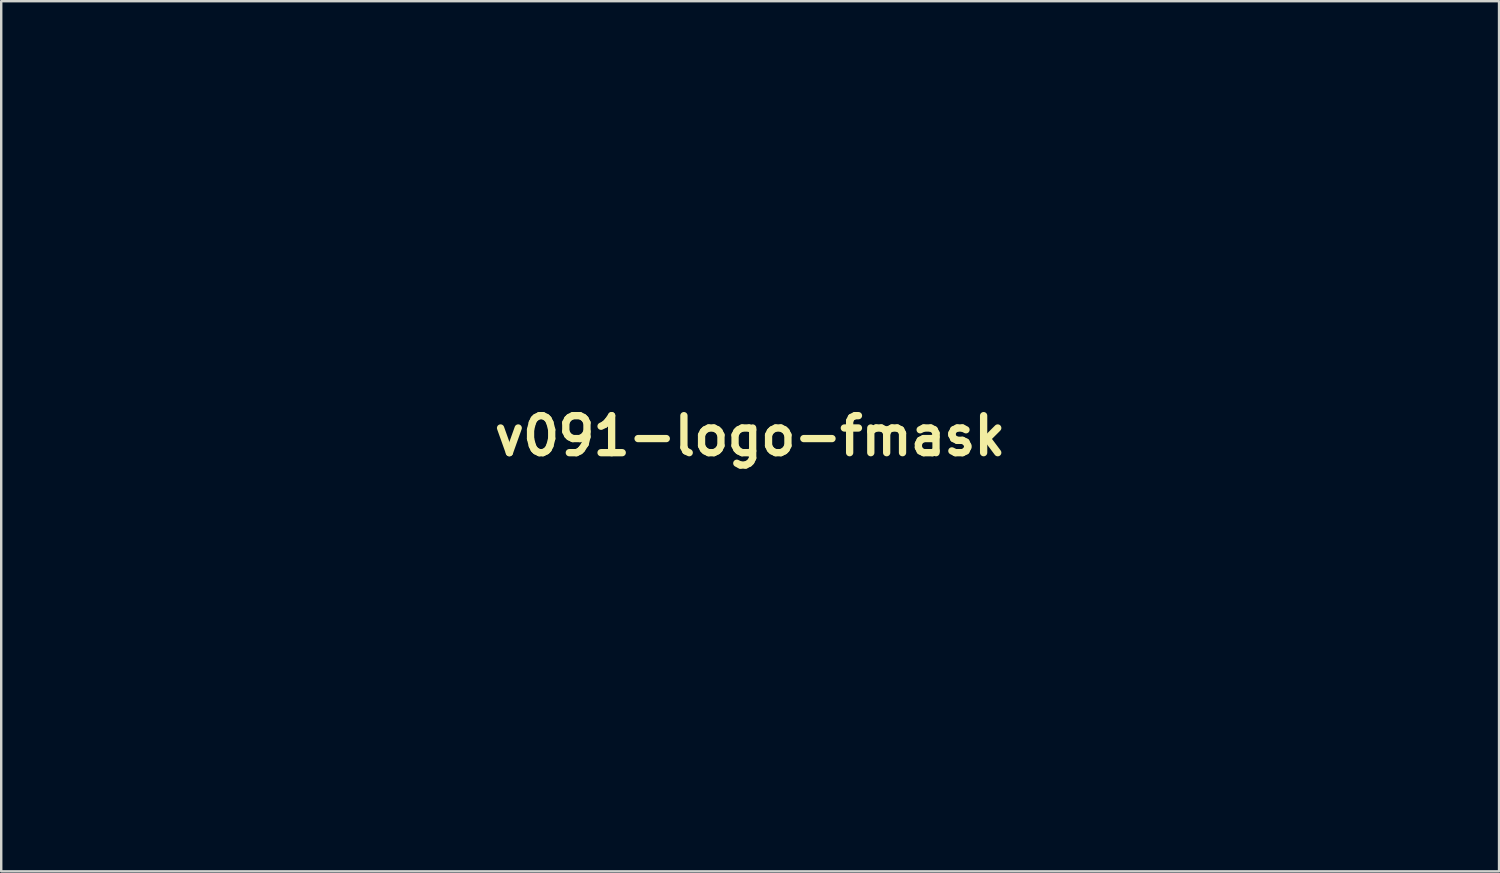
<source format=kicad_pcb>
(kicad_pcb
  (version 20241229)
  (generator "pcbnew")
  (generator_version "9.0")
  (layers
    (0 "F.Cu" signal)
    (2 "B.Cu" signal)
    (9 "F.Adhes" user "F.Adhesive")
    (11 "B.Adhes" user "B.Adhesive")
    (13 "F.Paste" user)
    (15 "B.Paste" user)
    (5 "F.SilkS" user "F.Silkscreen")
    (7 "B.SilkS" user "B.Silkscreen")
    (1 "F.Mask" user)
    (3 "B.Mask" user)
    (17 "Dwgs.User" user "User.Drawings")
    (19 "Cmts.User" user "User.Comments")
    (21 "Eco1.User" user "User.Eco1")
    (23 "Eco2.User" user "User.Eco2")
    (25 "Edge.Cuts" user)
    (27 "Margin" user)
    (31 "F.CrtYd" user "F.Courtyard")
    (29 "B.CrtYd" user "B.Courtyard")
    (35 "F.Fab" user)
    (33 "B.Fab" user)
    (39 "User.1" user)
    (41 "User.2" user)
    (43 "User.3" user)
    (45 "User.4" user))
  (footprint "v091-logo-fmask"
    (layer "F.Cu")
    (at 27.825 14.895)
    (property "Reference" "v091-logo-fmask" (at 0 0 0) (layer "F.SilkS") (effects (font (size 1.524 1.524) (thickness 0.3))))
    (attr through_hole)
    (fp_poly (pts (xy -19.204 -14.89) (xy -19.206 -14.863) (xy -19.221 -14.795) (xy -19.246 -14.695) (xy -19.278 -14.571) (xy -19.308 -14.463) (xy -19.465 -13.859) (xy -19.588 -13.289) (xy -19.676 -12.751) (xy -19.731 -12.241) (xy -19.753 -11.756) (xy -19.741 -11.292) (xy -19.695 -10.847) (xy -19.616 -10.417) (xy -19.504 -9.999) (xy -19.469 -9.89) (xy -19.393 -9.688) (xy -19.293 -9.453) (xy -19.171 -9.191) (xy -19.032 -8.912) (xy -18.88 -8.622) (xy -18.719 -8.329) (xy -18.553 -8.042) (xy -18.387 -7.768) (xy -18.224 -7.515) (xy -18.205 -7.488) (xy -18.098 -7.332) (xy -17.969 -7.15) (xy -17.828 -6.956) (xy -17.685 -6.763) (xy -17.55 -6.584) (xy -17.433 -6.434) (xy -17.432 -6.433) (xy -17.151 -6.081) (xy -16.885 -5.754) (xy -16.64 -5.457) (xy -16.419 -5.193) (xy -16.361 -5.125) (xy -16.24 -4.983) (xy -16.108 -4.828) (xy -15.978 -4.674) (xy -15.863 -4.536) (xy -15.812 -4.475) (xy -15.517 -4.133) (xy -15.237 -3.838) (xy -14.97 -3.588) (xy -14.714 -3.381) (xy -14.468 -3.215) (xy -14.229 -3.09) (xy -14.027 -3.012) (xy -13.851 -2.971) (xy -13.654 -2.95) (xy -13.457 -2.95) (xy -13.277 -2.97) (xy -13.196 -2.99) (xy -12.971 -3.082) (xy -12.761 -3.218) (xy -12.573 -3.391) (xy -12.414 -3.594) (xy -12.331 -3.738) (xy -12.252 -3.902) (xy -12.186 -4.059) (xy -12.131 -4.216) (xy -12.083 -4.385) (xy -12.04 -4.574) (xy -12 -4.793) (xy -11.959 -5.051) (xy -11.95 -5.111) (xy -11.92 -5.328) (xy -11.897 -5.511) (xy -11.881 -5.672) (xy -11.87 -5.827) (xy -11.864 -5.989) (xy -11.861 -6.175) (xy -11.861 -6.318) (xy -11.863 -6.579) (xy -11.871 -6.799) (xy -11.886 -6.988) (xy -11.909 -7.157) (xy -11.943 -7.316) (xy -11.988 -7.474) (xy -12.046 -7.643) (xy -12.069 -7.704) (xy -12.142 -7.888) (xy -12.217 -8.055) (xy -12.297 -8.213) (xy -12.389 -8.37) (xy -12.496 -8.535) (xy -12.624 -8.714) (xy -12.779 -8.918) (xy -12.903 -9.077) (xy -13.089 -9.312) (xy -13.244 -9.512) (xy -13.372 -9.679) (xy -13.475 -9.817) (xy -13.556 -9.929) (xy -13.616 -10.018) (xy -13.659 -10.088) (xy -13.662 -10.094) (xy -13.735 -10.225) (xy -13.658 -10.185) (xy -13.542 -10.113) (xy -13.4 -10.004) (xy -13.236 -9.861) (xy -13.054 -9.69) (xy -12.859 -9.493) (xy -12.655 -9.275) (xy -12.563 -9.173) (xy -12.4 -8.995) (xy -12.262 -8.856) (xy -12.141 -8.751) (xy -12.034 -8.678) (xy -11.935 -8.633) (xy -11.838 -8.613) (xy -11.738 -8.614) (xy -11.68 -8.622) (xy -11.62 -8.635) (xy -11.567 -8.653) (xy -11.514 -8.68) (xy -11.456 -8.721) (xy -11.386 -8.781) (xy -11.297 -8.864) (xy -11.184 -8.977) (xy -11.085 -9.076) (xy -10.999 -9.163) (xy -10.908 -9.251) (xy -10.81 -9.343) (xy -10.701 -9.443) (xy -10.577 -9.555) (xy -10.433 -9.682) (xy -10.266 -9.827) (xy -10.072 -9.994) (xy -9.846 -10.187) (xy -9.588 -10.406) (xy -9.533 -10.45) (xy -9.5 -10.463) (xy -9.472 -10.449) (xy -9.462 -10.439) (xy -9.447 -10.425) (xy -9.437 -10.412) (xy -9.436 -10.396) (xy -9.446 -10.371) (xy -9.472 -10.333) (xy -9.516 -10.276) (xy -9.582 -10.195) (xy -9.674 -10.086) (xy -9.794 -9.943) (xy -9.81 -9.924) (xy -10.117 -9.542) (xy -10.38 -9.177) (xy -10.6 -8.825) (xy -10.78 -8.481) (xy -10.922 -8.142) (xy -11.028 -7.802) (xy -11.099 -7.459) (xy -11.137 -7.122) (xy -11.147 -6.942) (xy -11.149 -6.804) (xy -11.141 -6.7) (xy -11.122 -6.621) (xy -11.091 -6.56) (xy -11.046 -6.509) (xy -11.041 -6.504) (xy -10.956 -6.434) (xy -10.874 -6.392) (xy -10.788 -6.378) (xy -10.689 -6.393) (xy -10.569 -6.437) (xy -10.422 -6.512) (xy -10.336 -6.559) (xy -10.21 -6.63) (xy -10.086 -6.698) (xy -9.977 -6.755) (xy -9.897 -6.794) (xy -9.889 -6.798) (xy -9.814 -6.831) (xy -9.706 -6.879) (xy -9.578 -6.937) (xy -9.443 -6.997) (xy -9.407 -7.013) (xy -9.239 -7.087) (xy -9.077 -7.157) (xy -8.927 -7.219) (xy -8.795 -7.27) (xy -8.689 -7.31) (xy -8.614 -7.334) (xy -8.579 -7.34) (xy -8.577 -7.34) (xy -8.592 -7.319) (xy -8.644 -7.266) (xy -8.732 -7.181) (xy -8.854 -7.065) (xy -9.011 -6.919) (xy -9.2 -6.745) (xy -9.421 -6.542) (xy -9.672 -6.313) (xy -9.683 -6.304) (xy -9.837 -6.162) (xy -9.956 -6.048) (xy -10.046 -5.956) (xy -10.111 -5.881) (xy -10.155 -5.817) (xy -10.183 -5.76) (xy -10.196 -5.721) (xy -10.207 -5.59) (xy -10.172 -5.467) (xy -10.098 -5.361) (xy -9.989 -5.282) (xy -9.922 -5.255) (xy -9.866 -5.238) (xy -9.769 -5.208) (xy -9.639 -5.169) (xy -9.483 -5.121) (xy -9.309 -5.068) (xy -9.124 -5.012) (xy -9.112 -5.009) (xy -8.896 -4.943) (xy -8.723 -4.89) (xy -8.59 -4.848) (xy -8.493 -4.815) (xy -8.426 -4.791) (xy -8.385 -4.773) (xy -8.365 -4.759) (xy -8.363 -4.749) (xy -8.366 -4.745) (xy -8.393 -4.741) (xy -8.465 -4.734) (xy -8.572 -4.727) (xy -8.708 -4.718) (xy -8.865 -4.709) (xy -8.95 -4.705) (xy -9.135 -4.695) (xy -9.321 -4.682) (xy -9.497 -4.668) (xy -9.648 -4.654) (xy -9.764 -4.641) (xy -9.784 -4.638) (xy -10.142 -4.569) (xy -10.459 -4.472) (xy -10.736 -4.347) (xy -10.974 -4.192) (xy -11.177 -4.006) (xy -11.344 -3.789) (xy -11.451 -3.598) (xy -11.52 -3.446) (xy -11.564 -3.318) (xy -11.587 -3.198) (xy -11.594 -3.069) (xy -11.594 -3.063) (xy -11.582 -2.891) (xy -11.541 -2.727) (xy -11.468 -2.558) (xy -11.401 -2.437) (xy -11.245 -2.213) (xy -11.045 -1.986) (xy -10.806 -1.76) (xy -10.535 -1.538) (xy -10.237 -1.325) (xy -9.92 -1.125) (xy -9.587 -0.943) (xy -9.246 -0.781) (xy -8.903 -0.645) (xy -8.734 -0.589) (xy -8.13 -0.416) (xy -7.481 -0.26) (xy -6.788 -0.122) (xy -6.053 -0.003) (xy -5.278 0.097) (xy -4.716 0.156) (xy -4.622 0.162) (xy -4.476 0.168) (xy -4.28 0.173) (xy -4.033 0.178) (xy -3.736 0.182) (xy -3.388 0.186) (xy -2.99 0.189) (xy -2.542 0.192) (xy -2.043 0.194) (xy -1.494 0.196) (xy -0.895 0.197) (xy -0.245 0.198) (xy 0.454 0.198) (xy 1.203 0.198) (xy 2.002 0.197) (xy 2.851 0.195) (xy 3.749 0.193) (xy 4.697 0.191) (xy 5.694 0.188) (xy 6.741 0.185) (xy 7.838 0.181) (xy 8.085 0.18) (xy 9.213 0.175) (xy 10.291 0.171) (xy 11.32 0.166) (xy 12.302 0.162) (xy 13.238 0.157) (xy 14.129 0.152) (xy 14.976 0.147) (xy 15.781 0.142) (xy 16.545 0.137) (xy 17.268 0.131) (xy 17.953 0.125) (xy 18.6 0.12) (xy 19.21 0.114) (xy 19.785 0.108) (xy 20.326 0.101) (xy 20.834 0.094) (xy 21.31 0.088) (xy 21.756 0.081) (xy 22.172 0.073) (xy 22.56 0.065) (xy 22.921 0.058) (xy 23.257 0.049) (xy 23.567 0.041) (xy 23.855 0.032) (xy 24.078 0.024) (xy 24.372 0.013) (xy 24.62 0.001) (xy 24.827 -0.012) (xy 25 -0.028) (xy 25.142 -0.047) (xy 25.259 -0.071) (xy 25.357 -0.101) (xy 25.44 -0.137) (xy 25.514 -0.182) (xy 25.585 -0.235) (xy 25.652 -0.294) (xy 25.807 -0.471) (xy 25.931 -0.688) (xy 26.024 -0.945) (xy 26.041 -1.008) (xy 26.061 -1.094) (xy 26.076 -1.175) (xy 26.086 -1.262) (xy 26.092 -1.365) (xy 26.095 -1.494) (xy 26.096 -1.659) (xy 26.096 -1.742) (xy 26.095 -1.91) (xy 26.09 -2.072) (xy 26.084 -2.216) (xy 26.076 -2.333) (xy 26.067 -2.41) (xy 26.067 -2.41) (xy 26.05 -2.522) (xy 26.051 -2.592) (xy 26.073 -2.629) (xy 26.116 -2.641) (xy 26.147 -2.639) (xy 26.183 -2.633) (xy 26.211 -2.617) (xy 26.236 -2.585) (xy 26.259 -2.53) (xy 26.283 -2.445) (xy 26.31 -2.326) (xy 26.344 -2.163) (xy 26.35 -2.133) (xy 26.415 -1.764) (xy 26.452 -1.436) (xy 26.461 -1.148) (xy 26.442 -0.902) (xy 26.395 -0.698) (xy 26.393 -0.691) (xy 26.359 -0.608) (xy 26.308 -0.497) (xy 26.247 -0.375) (xy 26.202 -0.292) (xy 26.143 -0.182) (xy 26.094 -0.079) (xy 26.059 0.003) (xy 26.045 0.046) (xy 26.038 0.157) (xy 26.055 0.261) (xy 26.092 0.34) (xy 26.112 0.361) (xy 26.194 0.403) (xy 26.315 0.434) (xy 26.466 0.451) (xy 26.636 0.452) (xy 26.684 0.45) (xy 26.846 0.434) (xy 26.996 0.409) (xy 27.15 0.368) (xy 27.324 0.309) (xy 27.442 0.264) (xy 27.551 0.224) (xy 27.651 0.192) (xy 27.727 0.172) (xy 27.752 0.169) (xy 27.806 0.173) (xy 27.826 0.199) (xy 27.828 0.226) (xy 27.821 0.258) (xy 27.794 0.292) (xy 27.741 0.334) (xy 27.654 0.39) (xy 27.58 0.435) (xy 27.37 0.566) (xy 27.189 0.693) (xy 27.041 0.812) (xy 26.929 0.921) (xy 26.854 1.018) (xy 26.821 1.098) (xy 26.828 1.154) (xy 26.865 1.212) (xy 26.913 1.271) (xy 26.979 1.354) (xy 27.058 1.467) (xy 27.141 1.597) (xy 27.219 1.727) (xy 27.281 1.845) (xy 27.286 1.856) (xy 27.412 2.164) (xy 27.508 2.49) (xy 27.549 2.692) (xy 27.572 2.837) (xy 27.582 2.939) (xy 27.58 3.005) (xy 27.564 3.044) (xy 27.533 3.061) (xy 27.499 3.064) (xy 27.466 3.061) (xy 27.44 3.049) (xy 27.417 3.018) (xy 27.391 2.96) (xy 27.357 2.866) (xy 27.333 2.797) (xy 27.2 2.453) (xy 27.054 2.153) (xy 26.891 1.887) (xy 26.885 1.88) (xy 26.735 1.682) (xy 26.583 1.519) (xy 26.415 1.378) (xy 26.277 1.284) (xy 26.058 1.148) (xy 25.862 1.041) (xy 25.675 0.956) (xy 25.483 0.888) (xy 25.271 0.829) (xy 25.082 0.787) (xy 25.055 0.782) (xy 25.028 0.776) (xy 24.999 0.772) (xy 24.966 0.767) (xy 24.927 0.763) (xy 24.881 0.76) (xy 24.824 0.756) (xy 24.757 0.753) (xy 24.675 0.751) (xy 24.579 0.748) (xy 24.465 0.746) (xy 24.332 0.744) (xy 24.178 0.742) (xy 24 0.741) (xy 23.798 0.74) (xy 23.569 0.739) (xy 23.311 0.738) (xy 23.022 0.737) (xy 22.701 0.737) (xy 22.345 0.736) (xy 21.953 0.736) (xy 21.522 0.736) (xy 21.051 0.736) (xy 20.538 0.736) (xy 19.981 0.736) (xy 19.377 0.736) (xy 18.726 0.736) (xy 18.37 0.736) (xy 17.804 0.736) (xy 17.191 0.736) (xy 16.536 0.736) (xy 15.842 0.736) (xy 15.115 0.735) (xy 14.357 0.734) (xy 13.574 0.734) (xy 12.769 0.733) (xy 11.947 0.732) (xy 11.111 0.73) (xy 10.267 0.729) (xy 9.417 0.728) (xy 8.567 0.726) (xy 7.721 0.724) (xy 6.882 0.723) (xy 6.055 0.721) (xy 5.244 0.719) (xy 4.454 0.717) (xy 3.687 0.715) (xy 3.178 0.714) (xy 2.496 0.712) (xy 1.819 0.71) (xy 1.149 0.709) (xy 0.487 0.707) (xy -0.163 0.706) (xy -0.799 0.705) (xy -1.419 0.704) (xy -2.022 0.703) (xy -2.603 0.703) (xy -3.162 0.702) (xy -3.695 0.702) (xy -4.201 0.702) (xy -4.677 0.702) (xy -5.12 0.702) (xy -5.53 0.703) (xy -5.902 0.703) (xy -6.236 0.704) (xy -6.528 0.705) (xy -6.776 0.706) (xy -6.979 0.707) (xy -7.133 0.709) (xy -7.145 0.709) (xy -7.468 0.713) (xy -7.745 0.716) (xy -7.979 0.72) (xy -8.175 0.723) (xy -8.337 0.726) (xy -8.468 0.73) (xy -8.573 0.735) (xy -8.656 0.739) (xy -8.721 0.745) (xy -8.773 0.752) (xy -8.815 0.76) (xy -8.851 0.77) (xy -8.886 0.781) (xy -8.907 0.788) (xy -9.122 0.886) (xy -9.312 1.022) (xy -9.469 1.188) (xy -9.587 1.379) (xy -9.613 1.441) (xy -9.649 1.57) (xy -9.669 1.733) (xy -9.675 1.913) (xy -9.665 2.094) (xy -9.64 2.26) (xy -9.627 2.314) (xy -9.571 2.492) (xy -9.5 2.677) (xy -9.41 2.873) (xy -9.3 3.084) (xy -9.166 3.315) (xy -9.007 3.568) (xy -8.821 3.849) (xy -8.604 4.161) (xy -8.449 4.38) (xy -8.344 4.532) (xy -8.232 4.705) (xy -8.123 4.88) (xy -8.031 5.039) (xy -8.01 5.077) (xy -7.842 5.376) (xy -7.682 5.63) (xy -7.527 5.843) (xy -7.373 6.02) (xy -7.214 6.165) (xy -7.048 6.281) (xy -6.87 6.374) (xy -6.676 6.447) (xy -6.674 6.448) (xy -6.54 6.487) (xy -6.405 6.518) (xy -6.262 6.543) (xy -6.104 6.561) (xy -5.923 6.573) (xy -5.711 6.581) (xy -5.46 6.584) (xy -5.29 6.585) (xy -5.075 6.586) (xy -4.897 6.588) (xy -4.761 6.592) (xy -4.668 6.598) (xy -4.621 6.604) (xy -4.616 6.609) (xy -4.649 6.624) (xy -4.723 6.648) (xy -4.83 6.678) (xy -4.96 6.712) (xy -5.105 6.749) (xy -5.257 6.786) (xy -5.407 6.821) (xy -5.546 6.852) (xy -5.665 6.876) (xy -5.683 6.879) (xy -5.792 6.895) (xy -5.936 6.91) (xy -6.099 6.923) (xy -6.263 6.932) (xy -6.318 6.934) (xy -6.519 6.938) (xy -6.707 6.933) (xy -6.889 6.919) (xy -7.075 6.894) (xy -7.273 6.858) (xy -7.491 6.808) (xy -7.74 6.742) (xy -8.026 6.661) (xy -8.06 6.651) (xy -8.225 6.605) (xy -8.353 6.579) (xy -8.452 6.573) (xy -8.531 6.587) (xy -8.6 6.621) (xy -8.656 6.664) (xy -8.71 6.714) (xy -8.749 6.763) (xy -8.776 6.817) (xy -8.788 6.884) (xy -8.787 6.968) (xy -8.773 7.078) (xy -8.746 7.22) (xy -8.706 7.4) (xy -8.674 7.539) (xy -8.521 8.276) (xy -8.413 9.008) (xy -8.349 9.733) (xy -8.33 10.446) (xy -8.355 11.146) (xy -8.425 11.827) (xy -8.54 12.488) (xy -8.545 12.509) (xy -8.584 12.684) (xy -8.631 12.874) (xy -8.682 13.071) (xy -8.736 13.271) (xy -8.791 13.466) (xy -8.846 13.651) (xy -8.898 13.819) (xy -8.947 13.966) (xy -8.989 14.083) (xy -9.023 14.166) (xy -9.047 14.209) (xy -9.054 14.213) (xy -9.068 14.192) (xy -9.065 14.156) (xy -9.035 13.998) (xy -9.003 13.8) (xy -8.97 13.572) (xy -8.939 13.323) (xy -8.909 13.064) (xy -8.883 12.805) (xy -8.861 12.556) (xy -8.846 12.342) (xy -8.833 11.755) (xy -8.866 11.167) (xy -8.946 10.571) (xy -9 10.285) (xy -9.032 10.137) (xy -9.071 9.972) (xy -9.114 9.796) (xy -9.159 9.618) (xy -9.204 9.447) (xy -9.247 9.289) (xy -9.286 9.154) (xy -9.319 9.049) (xy -9.343 8.982) (xy -9.351 8.967) (xy -9.439 8.862) (xy -9.555 8.798) (xy -9.653 8.779) (xy -9.736 8.777) (xy -9.81 8.792) (xy -9.897 8.831) (xy -9.92 8.843) (xy -10.01 8.887) (xy -10.096 8.922) (xy -10.144 8.937) (xy -10.206 8.963) (xy -10.284 9.014) (xy -10.351 9.067) (xy -10.448 9.143) (xy -10.56 9.217) (xy -10.627 9.255) (xy -10.693 9.29) (xy -10.797 9.35) (xy -10.937 9.431) (xy -11.108 9.532) (xy -11.305 9.651) (xy -11.526 9.784) (xy -11.766 9.929) (xy -11.985 10.062) (xy -12.005 10.07) (xy -11.999 10.054) (xy -11.965 10.012) (xy -11.902 9.942) (xy -11.808 9.842) (xy -11.681 9.711) (xy -11.52 9.547) (xy -11.454 9.479) (xy -11.311 9.334) (xy -11.173 9.192) (xy -11.046 9.06) (xy -10.936 8.945) (xy -10.849 8.852) (xy -10.791 8.787) (xy -10.784 8.78) (xy -10.595 8.546) (xy -10.418 8.296) (xy -10.258 8.041) (xy -10.12 7.789) (xy -10.008 7.549) (xy -9.929 7.33) (xy -9.913 7.272) (xy -9.863 6.977) (xy -9.86 6.677) (xy -9.903 6.381) (xy -9.991 6.098) (xy -10.027 6.018) (xy -10.173 5.757) (xy -10.354 5.534) (xy -10.571 5.347) (xy -10.826 5.193) (xy -10.84 5.186) (xy -11.06 5.093) (xy -11.275 5.037) (xy -11.504 5.014) (xy -11.692 5.016) (xy -11.838 5.027) (xy -11.978 5.048) (xy -12.116 5.082) (xy -12.259 5.131) (xy -12.412 5.198) (xy -12.58 5.284) (xy -12.769 5.393) (xy -12.985 5.527) (xy -13.233 5.689) (xy -13.345 5.764) (xy -13.793 6.07) (xy -14.195 6.357) (xy -14.552 6.625) (xy -14.864 6.876) (xy -15.132 7.108) (xy -15.357 7.324) (xy -15.481 7.456) (xy -15.687 7.694) (xy -15.856 7.907) (xy -15.992 8.102) (xy -16.1 8.283) (xy -16.182 8.457) (xy -16.243 8.631) (xy -16.263 8.708) (xy -16.3 8.932) (xy -16.31 9.18) (xy -16.293 9.434) (xy -16.251 9.675) (xy -16.238 9.725) (xy -16.152 9.984) (xy -16.027 10.27) (xy -15.866 10.58) (xy -15.67 10.911) (xy -15.447 11.251) (xy -15.365 11.371) (xy -15.309 11.455) (xy -15.276 11.507) (xy -15.264 11.532) (xy -15.27 11.537) (xy -15.292 11.525) (xy -15.32 11.507) (xy -15.468 11.401) (xy -15.633 11.264) (xy -15.801 11.108) (xy -15.961 10.946) (xy -16.1 10.787) (xy -16.125 10.755) (xy -16.168 10.698) (xy -16.232 10.607) (xy -16.312 10.491) (xy -16.402 10.36) (xy -16.494 10.222) (xy -16.495 10.221) (xy -16.605 10.058) (xy -16.692 9.932) (xy -16.761 9.839) (xy -16.818 9.772) (xy -16.867 9.726) (xy -16.912 9.695) (xy -16.959 9.675) (xy -16.989 9.666) (xy -17.129 9.653) (xy -17.261 9.688) (xy -17.38 9.772) (xy -17.449 9.85) (xy -17.508 9.929) (xy -17.582 10.025) (xy -17.647 10.11) (xy -17.807 10.337) (xy -17.97 10.607) (xy -18.13 10.912) (xy -18.285 11.242) (xy -18.432 11.591) (xy -18.566 11.95) (xy -18.684 12.31) (xy -18.783 12.665) (xy -18.803 12.744) (xy -18.846 12.944) (xy -18.891 13.182) (xy -18.936 13.446) (xy -18.979 13.726) (xy -19.019 14.009) (xy -19.053 14.283) (xy -19.08 14.537) (xy -19.098 14.757) (xy -19.101 14.797) (xy -19.112 14.876) (xy -19.135 14.914) (xy -19.149 14.92) (xy -19.167 14.917) (xy -19.18 14.896) (xy -19.19 14.85) (xy -19.199 14.771) (xy -19.208 14.651) (xy -19.211 14.602) (xy -19.216 14.477) (xy -19.221 14.314) (xy -19.225 14.127) (xy -19.228 13.929) (xy -19.229 13.732) (xy -19.229 13.679) (xy -19.213 13.095) (xy -19.166 12.545) (xy -19.086 12.02) (xy -18.971 11.512) (xy -18.82 11.012) (xy -18.629 10.511) (xy -18.397 10.002) (xy -18.264 9.738) (xy -18.129 9.484) (xy -17.981 9.215) (xy -17.826 8.937) (xy -17.668 8.659) (xy -17.511 8.39) (xy -17.361 8.136) (xy -17.221 7.907) (xy -17.097 7.71) (xy -17.031 7.61) (xy -16.975 7.525) (xy -16.933 7.457) (xy -16.91 7.415) (xy -16.908 7.409) (xy -16.894 7.379) (xy -16.859 7.326) (xy -16.849 7.312) (xy -16.784 7.217) (xy -16.703 7.087) (xy -16.613 6.932) (xy -16.519 6.764) (xy -16.428 6.592) (xy -16.388 6.514) (xy -16.245 6.198) (xy -16.142 5.906) (xy -16.079 5.635) (xy -16.056 5.38) (xy -16.073 5.135) (xy -16.127 4.897) (xy -16.143 4.849) (xy -16.258 4.584) (xy -16.406 4.355) (xy -16.586 4.163) (xy -16.792 4.011) (xy -17.024 3.901) (xy -17.278 3.835) (xy -17.531 3.815) (xy -17.679 3.822) (xy -17.841 3.847) (xy -18.023 3.889) (xy -18.23 3.951) (xy -18.47 4.035) (xy -18.747 4.142) (xy -18.75 4.144) (xy -19.124 4.31) (xy -19.512 4.514) (xy -19.907 4.75) (xy -20.299 5.013) (xy -20.678 5.296) (xy -21.035 5.594) (xy -21.141 5.689) (xy -21.464 5.993) (xy -21.757 6.286) (xy -22.016 6.563) (xy -22.24 6.824) (xy -22.426 7.065) (xy -22.572 7.284) (xy -22.613 7.355) (xy -22.76 7.668) (xy -22.857 7.988) (xy -22.904 8.313) (xy -22.9 8.644) (xy -22.847 8.978) (xy -22.744 9.316) (xy -22.591 9.657) (xy -22.389 10) (xy -22.187 10.281) (xy -22.102 10.388) (xy -22.013 10.499) (xy -21.933 10.595) (xy -21.91 10.622) (xy -21.853 10.692) (xy -21.814 10.745) (xy -21.799 10.772) (xy -21.8 10.773) (xy -21.831 10.773) (xy -21.898 10.755) (xy -21.991 10.724) (xy -22.099 10.683) (xy -22.213 10.637) (xy -22.322 10.589) (xy -22.416 10.543) (xy -22.451 10.524) (xy -22.609 10.418) (xy -22.758 10.291) (xy -22.886 10.156) (xy -22.981 10.022) (xy -22.997 9.993) (xy -23.027 9.928) (xy -23.071 9.826) (xy -23.123 9.697) (xy -23.181 9.553) (xy -23.228 9.432) (xy -23.313 9.217) (xy -23.388 9.042) (xy -23.458 8.899) (xy -23.527 8.78) (xy -23.599 8.676) (xy -23.68 8.579) (xy -23.696 8.561) (xy -23.868 8.4) (xy -24.063 8.268) (xy -24.287 8.163) (xy -24.543 8.084) (xy -24.837 8.029) (xy -25.171 7.997) (xy -25.39 7.981) (xy -25.568 7.963) (xy -25.714 7.942) (xy -25.84 7.914) (xy -25.954 7.879) (xy -26.061 7.837) (xy -26.361 7.691) (xy -26.637 7.515) (xy -26.905 7.3) (xy -26.96 7.251) (xy -27.032 7.183) (xy -27.07 7.143) (xy -27.078 7.125) (xy -27.058 7.123) (xy -27.037 7.126) (xy -26.773 7.173) (xy -26.552 7.212) (xy -26.366 7.243) (xy -26.207 7.266) (xy -26.067 7.284) (xy -25.94 7.297) (xy -25.818 7.307) (xy -25.692 7.313) (xy -25.642 7.315) (xy -25.243 7.315) (xy -24.878 7.287) (xy -24.54 7.227) (xy -24.219 7.134) (xy -23.906 7.006) (xy -23.632 6.863) (xy -23.522 6.796) (xy -23.403 6.715) (xy -23.273 6.619) (xy -23.131 6.506) (xy -22.973 6.374) (xy -22.799 6.222) (xy -22.607 6.047) (xy -22.394 5.847) (xy -22.158 5.622) (xy -21.898 5.369) (xy -21.612 5.086) (xy -21.298 4.772) (xy -20.954 4.425) (xy -20.578 4.042) (xy -20.441 3.903) (xy -20.263 3.721) (xy -20.118 3.571) (xy -19.999 3.446) (xy -19.905 3.343) (xy -19.83 3.257) (xy -19.77 3.181) (xy -19.722 3.113) (xy -19.68 3.045) (xy -19.642 2.975) (xy -19.603 2.895) (xy -19.598 2.885) (xy -19.548 2.777) (xy -19.516 2.697) (xy -19.498 2.626) (xy -19.491 2.546) (xy -19.489 2.44) (xy -19.489 2.415) (xy -19.498 2.233) (xy -19.507 2.184) (xy -16.396 2.184) (xy -16.28 2.459) (xy -16.235 2.567) (xy -16.196 2.656) (xy -16.169 2.718) (xy -16.158 2.741) (xy -16.131 2.739) (xy -16.066 2.727) (xy -15.972 2.707) (xy -15.874 2.685) (xy -15.759 2.658) (xy -15.659 2.636) (xy -15.587 2.62) (xy -15.558 2.613) (xy -15.526 2.628) (xy -15.466 2.673) (xy -15.386 2.741) (xy -15.292 2.825) (xy -15.192 2.92) (xy -15.093 3.016) (xy -15.002 3.109) (xy -14.927 3.191) (xy -14.873 3.254) (xy -14.849 3.293) (xy -14.848 3.297) (xy -14.854 3.34) (xy -14.869 3.419) (xy -14.891 3.525) (xy -14.915 3.631) (xy -14.94 3.745) (xy -14.959 3.839) (xy -14.969 3.904) (xy -14.97 3.929) (xy -14.944 3.943) (xy -14.88 3.972) (xy -14.789 4.012) (xy -14.694 4.053) (xy -14.594 4.096) (xy -14.52 4.126) (xy -14.465 4.139) (xy -14.421 4.13) (xy -14.379 4.095) (xy -14.331 4.03) (xy -14.269 3.932) (xy -14.193 3.808) (xy -14.022 3.535) (xy -13.575 3.534) (xy -13.127 3.534) (xy -12.734 4.169) (xy -12.653 4.135) (xy -12.592 4.108) (xy -12.5 4.07) (xy -12.398 4.026) (xy -12.376 4.017) (xy -12.286 3.977) (xy -12.218 3.941) (xy -12.182 3.916) (xy -12.179 3.91) (xy -12.184 3.878) (xy -12.199 3.806) (xy -12.22 3.707) (xy -12.242 3.605) (xy -12.268 3.489) (xy -12.289 3.388) (xy -12.302 3.314) (xy -12.306 3.283) (xy -12.288 3.253) (xy -12.239 3.194) (xy -12.164 3.114) (xy -12.07 3.019) (xy -11.969 2.922) (xy -11.632 2.602) (xy -11.315 2.672) (xy -11.196 2.698) (xy -11.096 2.719) (xy -11.027 2.733) (xy -10.996 2.738) (xy -10.995 2.738) (xy -10.976 2.697) (xy -10.945 2.624) (xy -10.907 2.532) (xy -10.868 2.432) (xy -10.831 2.337) (xy -10.801 2.258) (xy -10.783 2.207) (xy -10.78 2.195) (xy -10.801 2.172) (xy -10.857 2.128) (xy -10.942 2.07) (xy -11.047 2.003) (xy -11.085 1.979) (xy -11.389 1.792) (xy -11.39 0.903) (xy -11.085 0.714) (xy -10.961 0.637) (xy -10.876 0.58) (xy -10.824 0.538) (xy -10.798 0.507) (xy -10.793 0.483) (xy -10.795 0.478) (xy -10.811 0.435) (xy -10.842 0.357) (xy -10.882 0.259) (xy -10.908 0.196) (xy -10.946 0.103) (xy -10.976 0.038) (xy -11.006 -0.003) (xy -11.046 -0.022) (xy -11.105 -0.022) (xy -11.192 -0.006) (xy -11.315 0.023) (xy -11.39 0.041) (xy -11.657 0.103) (xy -12.335 -0.579) (xy -12.268 -0.868) (xy -12.24 -0.985) (xy -12.217 -1.084) (xy -12.2 -1.155) (xy -12.191 -1.186) (xy -12.21 -1.206) (xy -12.265 -1.239) (xy -12.346 -1.279) (xy -12.442 -1.323) (xy -12.541 -1.364) (xy -12.634 -1.4) (xy -12.708 -1.424) (xy -12.754 -1.432) (xy -12.762 -1.43) (xy -12.78 -1.401) (xy -12.82 -1.339) (xy -12.877 -1.25) (xy -12.944 -1.144) (xy -12.965 -1.111) (xy -13.154 -0.814) (xy -13.576 -0.814) (xy -13.997 -0.815) (xy -14.195 -1.131) (xy -14.394 -1.447) (xy -14.526 -1.395) (xy -14.7 -1.326) (xy -14.827 -1.272) (xy -14.907 -1.234) (xy -14.936 -1.217) (xy -14.94 -1.184) (xy -14.932 -1.109) (xy -14.912 -0.999) (xy -14.888 -0.89) (xy -14.816 -0.584) (xy -15.065 -0.324) (xy -15.163 -0.221) (xy -15.255 -0.125) (xy -15.333 -0.044) (xy -15.387 0.013) (xy -15.394 0.02) (xy -15.475 0.104) (xy -15.778 0.038) (xy -15.898 0.011) (xy -16.001 -0.011) (xy -16.077 -0.026) (xy -16.114 -0.034) (xy -16.114 -0.034) (xy -16.133 -0.013) (xy -16.166 0.043) (xy -16.209 0.123) (xy -16.255 0.217) (xy -16.3 0.314) (xy -16.338 0.402) (xy -16.365 0.471) (xy -16.373 0.508) (xy -16.353 0.526) (xy -16.297 0.564) (xy -16.213 0.62) (xy -16.109 0.686) (xy -16.068 0.711) (xy -15.764 0.901) (xy -15.764 1.347) (xy -15.765 1.792) (xy -15.911 1.88) (xy -16.009 1.94) (xy -16.125 2.012) (xy -16.226 2.076) (xy -16.396 2.184) (xy -19.507 2.184) (xy -19.526 2.084) (xy -19.579 1.954) (xy -19.665 1.829) (xy -19.787 1.694) (xy -19.804 1.677) (xy -19.924 1.565) (xy -20.041 1.477) (xy -20.175 1.396) (xy -20.251 1.355) (xy -20.447 1.26) (xy -20.619 1.19) (xy -20.786 1.139) (xy -20.965 1.101) (xy -21.127 1.078) (xy -21.496 1.055) (xy -21.863 1.078) (xy -22.222 1.146) (xy -22.565 1.257) (xy -22.886 1.411) (xy -23.011 1.486) (xy -23.182 1.613) (xy -23.361 1.773) (xy -23.533 1.953) (xy -23.685 2.141) (xy -23.756 2.241) (xy -23.863 2.422) (xy -23.972 2.644) (xy -24.08 2.895) (xy -24.18 3.164) (xy -24.27 3.442) (xy -24.279 3.471) (xy -24.32 3.613) (xy -24.362 3.752) (xy -24.398 3.874) (xy -24.425 3.965) (xy -24.43 3.979) (xy -24.477 4.132) (xy -24.505 4.03) (xy -24.552 3.851) (xy -24.585 3.695) (xy -24.607 3.541) (xy -24.622 3.37) (xy -24.63 3.21) (xy -24.634 2.995) (xy -24.63 2.804) (xy -24.615 2.624) (xy -24.586 2.442) (xy -24.544 2.244) (xy -24.484 2.018) (xy -24.454 1.911) (xy -24.404 1.73) (xy -24.369 1.591) (xy -24.349 1.484) (xy -24.345 1.402) (xy -24.356 1.338) (xy -24.383 1.283) (xy -24.424 1.231) (xy -24.442 1.211) (xy -24.523 1.14) (xy -24.611 1.1) (xy -24.716 1.088) (xy -24.849 1.103) (xy -24.939 1.122) (xy -25.154 1.176) (xy -25.37 1.237) (xy -25.592 1.309) (xy -25.827 1.393) (xy -26.081 1.491) (xy -26.36 1.606) (xy -26.671 1.741) (xy -27.02 1.897) (xy -27.037 1.905) (xy -27.217 1.987) (xy -27.384 2.063) (xy -27.53 2.13) (xy -27.65 2.185) (xy -27.739 2.226) (xy -27.79 2.251) (xy -27.799 2.255) (xy -27.82 2.263) (xy -27.806 2.243) (xy -27.764 2.2) (xy -27.697 2.138) (xy -27.612 2.063) (xy -27.525 1.99) (xy -27.235 1.765) (xy -26.92 1.553) (xy -26.575 1.351) (xy -26.195 1.156) (xy -25.774 0.964) (xy -25.413 0.814) (xy -25.268 0.757) (xy -25.133 0.704) (xy -25.018 0.66) (xy -24.932 0.628) (xy -24.889 0.613) (xy -24.774 0.551) (xy -24.683 0.453) (xy -24.626 0.332) (xy -24.612 0.231) (xy -24.612 0.199) (xy -24.616 0.169) (xy -24.624 0.137) (xy -24.64 0.101) (xy -24.665 0.058) (xy -24.702 0.007) (xy -24.754 -0.057) (xy -24.823 -0.135) (xy -24.91 -0.23) (xy -25.019 -0.345) (xy -25.152 -0.483) (xy -25.311 -0.645) (xy -25.498 -0.836) (xy -25.715 -1.057) (xy -25.966 -1.311) (xy -26.009 -1.354) (xy -26.189 -1.537) (xy -26.332 -1.686) (xy -26.44 -1.802) (xy -26.511 -1.887) (xy -26.547 -1.94) (xy -26.548 -1.964) (xy -26.513 -1.959) (xy -26.444 -1.926) (xy -26.34 -1.867) (xy -26.202 -1.782) (xy -26.108 -1.723) (xy -25.897 -1.59) (xy -25.716 -1.478) (xy -25.553 -1.382) (xy -25.396 -1.293) (xy -25.234 -1.206) (xy -25.053 -1.114) (xy -24.866 -1.021) (xy -24.53 -0.863) (xy -24.181 -0.712) (xy -23.831 -0.572) (xy -23.49 -0.448) (xy -23.169 -0.343) (xy -22.878 -0.262) (xy -22.857 -0.257) (xy -22.537 -0.184) (xy -22.19 -0.113) (xy -21.835 -0.049) (xy -21.49 0.006) (xy -21.171 0.048) (xy -21.116 0.054) (xy -21.009 0.063) (xy -20.862 0.071) (xy -20.688 0.078) (xy -20.497 0.083) (xy -20.3 0.086) (xy -20.201 0.087) (xy -19.993 0.087) (xy -19.826 0.085) (xy -19.692 0.082) (xy -19.581 0.076) (xy -19.484 0.067) (xy -19.391 0.054) (xy -19.292 0.036) (xy -19.272 0.032) (xy -18.918 -0.047) (xy -18.594 -0.142) (xy -18.306 -0.252) (xy -18.058 -0.374) (xy -17.935 -0.451) (xy -17.788 -0.561) (xy -17.635 -0.694) (xy -17.49 -0.837) (xy -17.364 -0.977) (xy -17.28 -1.089) (xy -17.194 -1.231) (xy -17.107 -1.403) (xy -17.025 -1.585) (xy -16.958 -1.758) (xy -16.926 -1.856) (xy -16.876 -2.066) (xy -16.843 -2.281) (xy -16.825 -2.518) (xy -16.821 -2.759) (xy -16.831 -3.069) (xy -16.862 -3.353) (xy -16.916 -3.626) (xy -16.996 -3.902) (xy -17.107 -4.196) (xy -17.149 -4.297) (xy -17.325 -4.648) (xy -17.545 -4.984) (xy -17.812 -5.308) (xy -17.886 -5.387) (xy -17.992 -5.492) (xy -18.107 -5.597) (xy -18.222 -5.695) (xy -18.331 -5.78) (xy -18.425 -5.846) (xy -18.497 -5.888) (xy -18.534 -5.899) (xy -18.578 -5.914) (xy -18.643 -5.954) (xy -18.696 -5.994) (xy -18.843 -6.092) (xy -19.029 -6.182) (xy -19.246 -6.262) (xy -19.483 -6.329) (xy -19.729 -6.381) (xy -19.975 -6.414) (xy -20.211 -6.427) (xy -20.366 -6.422) (xy -20.665 -6.382) (xy -20.968 -6.307) (xy -21.258 -6.203) (xy -21.519 -6.076) (xy -21.532 -6.068) (xy -21.715 -5.948) (xy -21.916 -5.795) (xy -22.126 -5.616) (xy -22.335 -5.42) (xy -22.534 -5.216) (xy -22.617 -5.123) (xy -22.669 -5.061) (xy -22.746 -4.965) (xy -22.841 -4.844) (xy -22.95 -4.704) (xy -23.066 -4.553) (xy -23.184 -4.399) (xy -23.298 -4.248) (xy -23.402 -4.109) (xy -23.492 -3.988) (xy -23.56 -3.893) (xy -23.598 -3.839) (xy -23.631 -3.798) (xy -23.653 -3.788) (xy -23.653 -3.788) (xy -23.654 -3.818) (xy -23.644 -3.888) (xy -23.626 -3.989) (xy -23.601 -4.111) (xy -23.572 -4.245) (xy -23.54 -4.383) (xy -23.508 -4.514) (xy -23.477 -4.63) (xy -23.455 -4.704) (xy -23.398 -4.863) (xy -23.319 -5.05) (xy -23.227 -5.248) (xy -23.128 -5.443) (xy -23.03 -5.618) (xy -22.966 -5.721) (xy -22.724 -6.052) (xy -22.45 -6.356) (xy -22.138 -6.636) (xy -21.785 -6.896) (xy -21.388 -7.14) (xy -21.336 -7.168) (xy -21.202 -7.241) (xy -21.066 -7.312) (xy -20.943 -7.374) (xy -20.847 -7.421) (xy -20.836 -7.426) (xy -20.656 -7.508) (xy -20.515 -7.572) (xy -20.409 -7.623) (xy -20.329 -7.664) (xy -20.27 -7.697) (xy -20.225 -7.726) (xy -20.203 -7.742) (xy -20.084 -7.859) (xy -19.994 -8.001) (xy -19.94 -8.155) (xy -19.925 -8.309) (xy -19.935 -8.387) (xy -19.97 -8.486) (xy -20.039 -8.616) (xy -20.142 -8.778) (xy -20.28 -8.974) (xy -20.334 -9.046) (xy -20.452 -9.187) (xy -20.606 -9.344) (xy -20.784 -9.507) (xy -20.979 -9.668) (xy -21.179 -9.817) (xy -21.27 -9.88) (xy -21.408 -9.967) (xy -21.582 -10.068) (xy -21.779 -10.178) (xy -21.989 -10.289) (xy -22.199 -10.396) (xy -22.398 -10.492) (xy -22.573 -10.572) (xy -22.663 -10.614) (xy -22.723 -10.651) (xy -22.744 -10.676) (xy -22.743 -10.678) (xy -22.716 -10.696) (xy -22.708 -10.693) (xy -22.678 -10.687) (xy -22.606 -10.675) (xy -22.499 -10.659) (xy -22.366 -10.64) (xy -22.215 -10.62) (xy -22.195 -10.617) (xy -22.012 -10.591) (xy -21.817 -10.561) (xy -21.628 -10.528) (xy -21.461 -10.497) (xy -21.362 -10.476) (xy -21.143 -10.431) (xy -20.963 -10.406) (xy -20.818 -10.402) (xy -20.699 -10.419) (xy -20.6 -10.459) (xy -20.513 -10.522) (xy -20.456 -10.582) (xy -20.406 -10.653) (xy -20.365 -10.74) (xy -20.332 -10.85) (xy -20.307 -10.989) (xy -20.287 -11.162) (xy -20.271 -11.378) (xy -20.265 -11.48) (xy -20.242 -11.773) (xy -20.203 -12.088) (xy -20.15 -12.418) (xy -20.084 -12.754) (xy -20.009 -13.089) (xy -19.925 -13.415) (xy -19.834 -13.723) (xy -19.74 -14.007) (xy -19.642 -14.258) (xy -19.544 -14.468) (xy -19.515 -14.523) (xy -19.471 -14.591) (xy -19.414 -14.669) (xy -19.351 -14.748) (xy -19.291 -14.817) (xy -19.24 -14.868) (xy -19.209 -14.89) (xy -19.204 -14.89)) (stroke (width 0.01) (type solid)) (fill yes) (layer "F.Mask")))
  (gr_rect
    (start -3 -3)
    (end 58.658 32.82)
    (stroke (width 0.1) (type default))
    (fill no)
    (layer "Edge.Cuts")))
</source>
